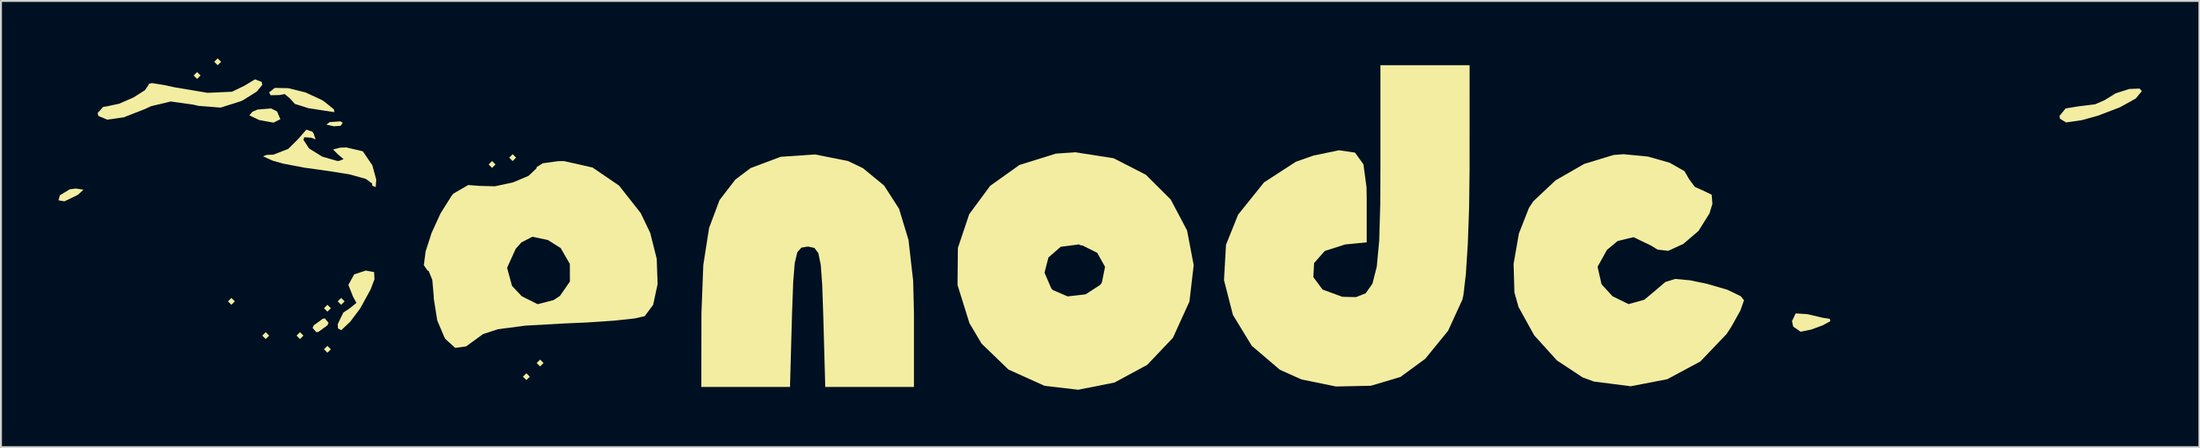
<source format=kicad_pcb>
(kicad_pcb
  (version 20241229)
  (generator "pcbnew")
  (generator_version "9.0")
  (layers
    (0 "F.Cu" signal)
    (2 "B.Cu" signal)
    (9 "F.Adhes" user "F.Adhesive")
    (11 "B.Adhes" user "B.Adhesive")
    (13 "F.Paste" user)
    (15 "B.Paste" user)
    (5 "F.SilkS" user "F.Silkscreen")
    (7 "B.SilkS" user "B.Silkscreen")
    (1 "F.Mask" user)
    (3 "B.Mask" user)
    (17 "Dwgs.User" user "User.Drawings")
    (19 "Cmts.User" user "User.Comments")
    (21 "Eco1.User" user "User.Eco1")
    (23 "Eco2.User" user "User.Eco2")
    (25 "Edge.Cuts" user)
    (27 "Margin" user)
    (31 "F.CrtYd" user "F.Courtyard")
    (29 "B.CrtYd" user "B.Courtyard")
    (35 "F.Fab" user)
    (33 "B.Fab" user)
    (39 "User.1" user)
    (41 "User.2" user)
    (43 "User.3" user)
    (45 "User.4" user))
  (footprint "icon"
    (layer "F.Cu")
    (at 55.346 8.944)
    (property "Reference" "icon" (at 0 0 0) (layer "F.SilkS") (effects (font (size 1.5 1.5) (thickness 0.3))))
    (attr board_only exclude_from_pos_files exclude_from_bom)
    (fp_poly (pts (xy -47.938 -8.049) (xy -48.117 -7.87) (xy -48.296 -8.049) (xy -48.117 -8.228)) (stroke (width 0) (type solid)) (fill yes) (layer "F.SilkS"))
    (fp_poly (pts (xy -46.865 -8.765) (xy -47.044 -8.586) (xy -47.223 -8.765) (xy -47.044 -8.944)) (stroke (width 0) (type solid)) (fill yes) (layer "F.SilkS"))
    (fp_poly (pts (xy -46.149 3.756) (xy -46.328 3.935) (xy -46.507 3.756) (xy -46.328 3.577)) (stroke (width 0) (type solid)) (fill yes) (layer "F.SilkS"))
    (fp_poly (pts (xy -44.361 5.545) (xy -44.539 5.724) (xy -44.718 5.545) (xy -44.539 5.366)) (stroke (width 0) (type solid)) (fill yes) (layer "F.SilkS"))
    (fp_poly (pts (xy -42.572 5.545) (xy -42.751 5.724) (xy -42.93 5.545) (xy -42.751 5.366)) (stroke (width 0) (type solid)) (fill yes) (layer "F.SilkS"))
    (fp_poly (pts (xy -41.141 4.114) (xy -41.32 4.293) (xy -41.499 4.114) (xy -41.32 3.935)) (stroke (width 0) (type solid)) (fill yes) (layer "F.SilkS"))
    (fp_poly (pts (xy -41.141 6.261) (xy -41.32 6.439) (xy -41.499 6.261) (xy -41.32 6.082)) (stroke (width 0) (type solid)) (fill yes) (layer "F.SilkS"))
    (fp_poly (pts (xy -40.425 3.756) (xy -40.604 3.935) (xy -40.783 3.756) (xy -40.604 3.577)) (stroke (width 0) (type solid)) (fill yes) (layer "F.SilkS"))
    (fp_poly (pts (xy -32.555 -3.399) (xy -32.734 -3.22) (xy -32.913 -3.399) (xy -32.734 -3.577)) (stroke (width 0) (type solid)) (fill yes) (layer "F.SilkS"))
    (fp_poly (pts (xy -31.482 -3.756) (xy -31.661 -3.577) (xy -31.839 -3.756) (xy -31.661 -3.935)) (stroke (width 0) (type solid)) (fill yes) (layer "F.SilkS"))
    (fp_poly (pts (xy -30.766 7.692) (xy -30.945 7.87) (xy -31.124 7.692) (xy -30.945 7.513)) (stroke (width 0) (type solid)) (fill yes) (layer "F.SilkS"))
    (fp_poly (pts (xy -30.051 6.976) (xy -30.23 7.155) (xy -30.408 6.976) (xy -30.23 6.797)) (stroke (width 0) (type solid)) (fill yes) (layer "F.SilkS"))
    (fp_poly (pts (xy -40.522 -5.582) (xy -40.629 -5.42) (xy -40.992 -5.394) (xy -41.374 -5.482) (xy -41.208 -5.611) (xy -40.649 -5.653)) (stroke (width 0) (type solid)) (fill yes) (layer "F.SilkS"))
    (fp_poly (pts (xy -54.045 -2.083) (xy -54.305 -1.836) (xy -54.377 -1.789) (xy -55.033 -1.473) (xy -55.346 -1.525) (xy -55.272 -1.789) (xy -54.761 -2.1) (xy -54.446 -2.141)) (stroke (width 0) (type solid)) (fill yes) (layer "F.SilkS"))
    (fp_poly (pts (xy -41.262 4.871) (xy -41.32 5.008) (xy -41.794 5.353) (xy -41.899 5.366) (xy -42.093 5.146) (xy -42.035 5.008) (xy -41.561 4.664) (xy -41.456 4.651)) (stroke (width 0) (type solid)) (fill yes) (layer "F.SilkS"))
    (fp_poly (pts (xy -43.948 -6.17) (xy -43.775 -5.763) (xy -44.133 -5.585) (xy -44.853 -5.714) (xy -44.897 -5.73) (xy -45.392 -5.965) (xy -45.231 -6.154) (xy -44.963 -6.27) (xy -44.257 -6.326)) (stroke (width 0) (type solid)) (fill yes) (layer "F.SilkS"))
    (fp_poly (pts (xy 35.864 4.425) (xy 36.651 4.61) (xy 37.027 4.671) (xy 37.062 4.788) (xy 36.657 5.01) (xy 36.055 5.23) (xy 35.506 5.341) (xy 35.12 5.074) (xy 35.059 4.788) (xy 35.248 4.384)) (stroke (width 0) (type solid)) (fill yes) (layer "F.SilkS"))
    (fp_poly (pts (xy -38.885 2.227) (xy -38.867 2.604) (xy -39.067 3.13) (xy -39.612 4.127) (xy -40.133 4.82) (xy -40.602 5.263) (xy -40.77 5.167) (xy -40.783 4.947) (xy -40.491 4.339) (xy -40.187 4.141) (xy -39.808 3.835) (xy -39.98 3.522) (xy -40.228 2.897) (xy -39.927 2.346) (xy -39.322 2.146)) (stroke (width 0) (type solid)) (fill yes) (layer "F.SilkS"))
    (fp_poly (pts (xy 53.304 -7.236) (xy 52.987 -6.847) (xy 52.16 -6.387) (xy 51.012 -5.948) (xy 50.174 -5.715) (xy 49.351 -5.596) (xy 49.032 -5.789) (xy 49.011 -5.94) (xy 49.329 -6.328) (xy 50.013 -6.439) (xy 50.869 -6.545) (xy 51.355 -6.757) (xy 51.941 -7.118) (xy 52.645 -7.344) (xy 53.181 -7.366)) (stroke (width 0) (type solid)) (fill yes) (layer "F.SilkS"))
    (fp_poly (pts (xy -43.362 -7.386) (xy -42.464 -7.163) (xy -41.611 -6.768) (xy -41.483 -6.684) (xy -40.986 -6.282) (xy -40.957 -6.133) (xy -40.972 -6.135) (xy -41.562 -6.225) (xy -42.304 -6.338) (xy -43.018 -6.563) (xy -43.287 -6.859) (xy -43.549 -7.078) (xy -43.824 -7.026) (xy -44.285 -7.017) (xy -44.361 -7.163) (xy -44.072 -7.399)) (stroke (width 0) (type solid)) (fill yes) (layer "F.SilkS"))
    (fp_poly (pts (xy -44.749 -7.715) (xy -44.718 -7.557) (xy -45.008 -7.206) (xy -45.716 -6.763) (xy -45.823 -6.709) (xy -46.89 -6.371) (xy -48.048 -6.462) (xy -48.305 -6.523) (xy -49.492 -6.69) (xy -50.516 -6.445) (xy -50.832 -6.298) (xy -51.936 -5.865) (xy -52.804 -5.74) (xy -53.268 -5.937) (xy -53.304 -6.082) (xy -53.018 -6.406) (xy -52.808 -6.439) (xy -52.173 -6.577) (xy -51.435 -6.901) (xy -50.84 -7.278) (xy -50.635 -7.575) (xy -50.654 -7.606) (xy -50.472 -7.652) (xy -49.78 -7.54) (xy -49.307 -7.434) (xy -47.573 -7.143) (xy -46.298 -7.199) (xy -45.646 -7.515) (xy -45.1 -7.847)) (stroke (width 0) (type solid)) (fill yes) (layer "F.SilkS"))
    (fp_poly (pts (xy -42.107 -5.114) (xy -42.042 -5.019) (xy -41.939 -4.709) (xy -42.159 -4.795) (xy -42.527 -4.822) (xy -42.572 -4.684) (xy -42.275 -4.234) (xy -41.589 -3.807) (xy -40.825 -3.587) (xy -40.717 -3.583) (xy -40.478 -3.679) (xy -40.783 -3.935) (xy -41.023 -4.183) (xy -40.646 -4.279) (xy -40.327 -4.287) (xy -39.475 -4.088) (xy -38.979 -3.358) (xy -38.976 -3.349) (xy -38.774 -2.605) (xy -38.805 -2.216) (xy -38.984 -2.293) (xy -38.994 -2.409) (xy -39.319 -2.645) (xy -40.167 -2.881) (xy -41.23 -3.051) (xy -42.536 -3.234) (xy -43.636 -3.445) (xy -44.182 -3.6) (xy -44.679 -3.825) (xy -44.494 -3.898) (xy -44.136 -3.913) (xy -43.366 -4.211) (xy -42.856 -4.716) (xy -42.42 -5.218)) (stroke (width 0) (type solid)) (fill yes) (layer "F.SilkS"))
    (fp_poly (pts (xy -14.17 -3.578) (xy -13.394 -3.206) (xy -12.291 -2.299) (xy -11.511 -1.086) (xy -11.018 0.538) (xy -10.774 2.678) (xy -10.732 4.406) (xy -10.732 8.228) (xy -13.045 8.228) (xy -15.358 8.228) (xy -15.46 4.561) (xy -15.516 2.908) (xy -15.593 1.842) (xy -15.719 1.236) (xy -15.923 0.963) (xy -16.233 0.895) (xy -16.277 0.894) (xy -16.602 0.947) (xy -16.816 1.189) (xy -16.95 1.75) (xy -17.031 2.755) (xy -17.088 4.334) (xy -17.095 4.561) (xy -17.197 8.228) (xy -19.51 8.228) (xy -21.823 8.228) (xy -21.815 4.382) (xy -21.718 1.853) (xy -21.415 -0.085) (xy -20.871 -1.537) (xy -20.05 -2.607) (xy -19.25 -3.211) (xy -17.684 -3.8) (xy -15.889 -3.922)) (stroke (width 0) (type solid)) (fill yes) (layer "F.SilkS"))
    (fp_poly (pts (xy -0.32 -3.724) (xy 1.362 -2.861) (xy 2.659 -1.565) (xy 3.51 0.048) (xy 3.856 1.863) (xy 3.635 3.762) (xy 2.786 5.632) (xy 2.758 5.675) (xy 1.435 7.072) (xy -0.271 7.996) (xy -2.165 8.374) (xy -3.922 8.17) (xy -5.807 7.317) (xy -7.206 5.963) (xy -7.84 4.893) (xy -8.46 2.898) (xy -8.454 2.257) (xy -3.924 2.257) (xy -3.57 3.078) (xy -3.491 3.164) (xy -2.72 3.496) (xy -1.78 3.388) (xy -1.021 2.895) (xy -0.932 2.773) (xy -0.767 1.952) (xy -1.175 1.219) (xy -2.028 0.792) (xy -2.113 0.777) (xy -3.078 0.902) (xy -3.72 1.463) (xy -3.924 2.257) (xy -8.454 2.257) (xy -8.441 0.964) (xy -7.851 -0.8) (xy -6.757 -2.283) (xy -5.229 -3.374) (xy -3.334 -3.965) (xy -2.325 -4.037)) (stroke (width 0) (type solid)) (fill yes) (layer "F.SilkS"))
    (fp_poly (pts (xy 18.243 -3.13) (xy 18.218 -1.11) (xy 18.151 0.761) (xy 18.051 2.317) (xy 17.928 3.391) (xy 17.872 3.656) (xy 17.123 5.293) (xy 15.932 6.756) (xy 14.643 7.704) (xy 13.097 8.166) (xy 11.277 8.204) (xy 9.474 7.835) (xy 8.349 7.329) (xy 6.886 6.079) (xy 5.901 4.462) (xy 5.437 2.647) (xy 5.54 0.801) (xy 6.173 -0.778) (xy 7.524 -2.462) (xy 9.185 -3.542) (xy 10.103 -3.864) (xy 11.435 -4.141) (xy 12.267 -4.019) (xy 12.708 -3.408) (xy 12.868 -2.218) (xy 12.879 -1.591) (xy 12.879 0.67) (xy 11.752 0.782) (xy 10.69 1.122) (xy 10.135 1.754) (xy 10.096 2.489) (xy 10.578 3.138) (xy 11.591 3.512) (xy 11.645 3.519) (xy 12.323 3.533) (xy 12.825 3.334) (xy 13.176 2.835) (xy 13.403 1.948) (xy 13.531 0.583) (xy 13.586 -1.346) (xy 13.594 -3.109) (xy 13.594 -8.586) (xy 15.92 -8.586) (xy 18.245 -8.586)) (stroke (width 0) (type solid)) (fill yes) (layer "F.SilkS"))
    (fp_poly (pts (xy 27.55 -3.811) (xy 28.676 -3.49) (xy 29.453 -3.048) (xy 29.69 -2.635) (xy 29.991 -2.227) (xy 30.402 -2.044) (xy 30.871 -1.816) (xy 30.906 -1.336) (xy 30.754 -0.84) (xy 30.181 0.077) (xy 29.389 0.754) (xy 28.604 1.114) (xy 28.047 1.051) (xy 27.716 0.844) (xy 26.793 0.4) (xy 25.965 0.602) (xy 25.408 1.065) (xy 24.919 1.949) (xy 25.126 2.862) (xy 25.697 3.488) (xy 26.534 3.899) (xy 27.354 3.672) (xy 27.951 3.173) (xy 28.449 2.745) (xy 28.966 2.583) (xy 29.748 2.656) (xy 30.634 2.841) (xy 31.69 3.149) (xy 32.388 3.488) (xy 32.555 3.699) (xy 32.366 4.237) (xy 31.892 5.087) (xy 31.648 5.461) (xy 30.278 6.897) (xy 28.553 7.824) (xy 26.646 8.192) (xy 24.731 7.947) (xy 24.141 7.73) (xy 22.798 6.842) (xy 21.614 5.531) (xy 20.797 4.052) (xy 20.582 3.289) (xy 20.539 1.796) (xy 20.816 0.209) (xy 21.341 -1.132) (xy 21.566 -1.474) (xy 22.725 -2.567) (xy 24.218 -3.426) (xy 25.746 -3.893) (xy 26.273 -3.935)) (stroke (width 0) (type solid)) (fill yes) (layer "F.SilkS"))
    (fp_poly (pts (xy -27.492 -3.238) (xy -26.112 -2.295) (xy -24.983 -0.859) (xy -24.486 0.18) (xy -24.148 1.526) (xy -24.102 2.853) (xy -24.334 3.938) (xy -24.775 4.528) (xy -25.291 4.647) (xy -26.351 4.762) (xy -27.786 4.859) (xy -28.948 4.909) (xy -30.99 5.023) (xy -32.426 5.211) (xy -33.205 5.465) (xy -33.254 5.501) (xy -34.089 6.11) (xy -34.656 6.186) (xy -35.147 5.742) (xy -35.214 5.65) (xy -35.594 4.748) (xy -35.773 3.616) (xy -35.775 3.498) (xy -35.851 2.632) (xy -36.039 2.17) (xy -36.099 2.146) (xy -36.199 2.001) (xy -31.951 2.001) (xy -31.693 2.949) (xy -31.184 3.488) (xy -30.359 3.903) (xy -29.526 3.689) (xy -29.194 3.47) (xy -28.674 2.718) (xy -28.679 1.8) (xy -29.154 0.972) (xy -29.82 0.55) (xy -30.632 0.379) (xy -31.203 0.673) (xy -31.501 1.008) (xy -31.951 2.001) (xy -36.199 2.001) (xy -36.292 1.865) (xy -36.2 1.146) (xy -35.888 0.178) (xy -35.417 -0.851) (xy -34.851 -1.752) (xy -34.756 -1.872) (xy -33.98 -2.324) (xy -33.392 -2.279) (xy -32.585 -2.258) (xy -31.643 -2.462) (xy -30.832 -2.804) (xy -30.42 -3.194) (xy -30.408 -3.263) (xy -30.091 -3.461) (xy -29.299 -3.57) (xy -28.99 -3.577)) (stroke (width 0) (type solid)) (fill yes) (layer "F.SilkS")))
  (gr_rect
    (start -3 -3)
    (end 111.65 20.318)
    (stroke (width 0.1) (type default))
    (fill no)
    (layer "Edge.Cuts")))
</source>
